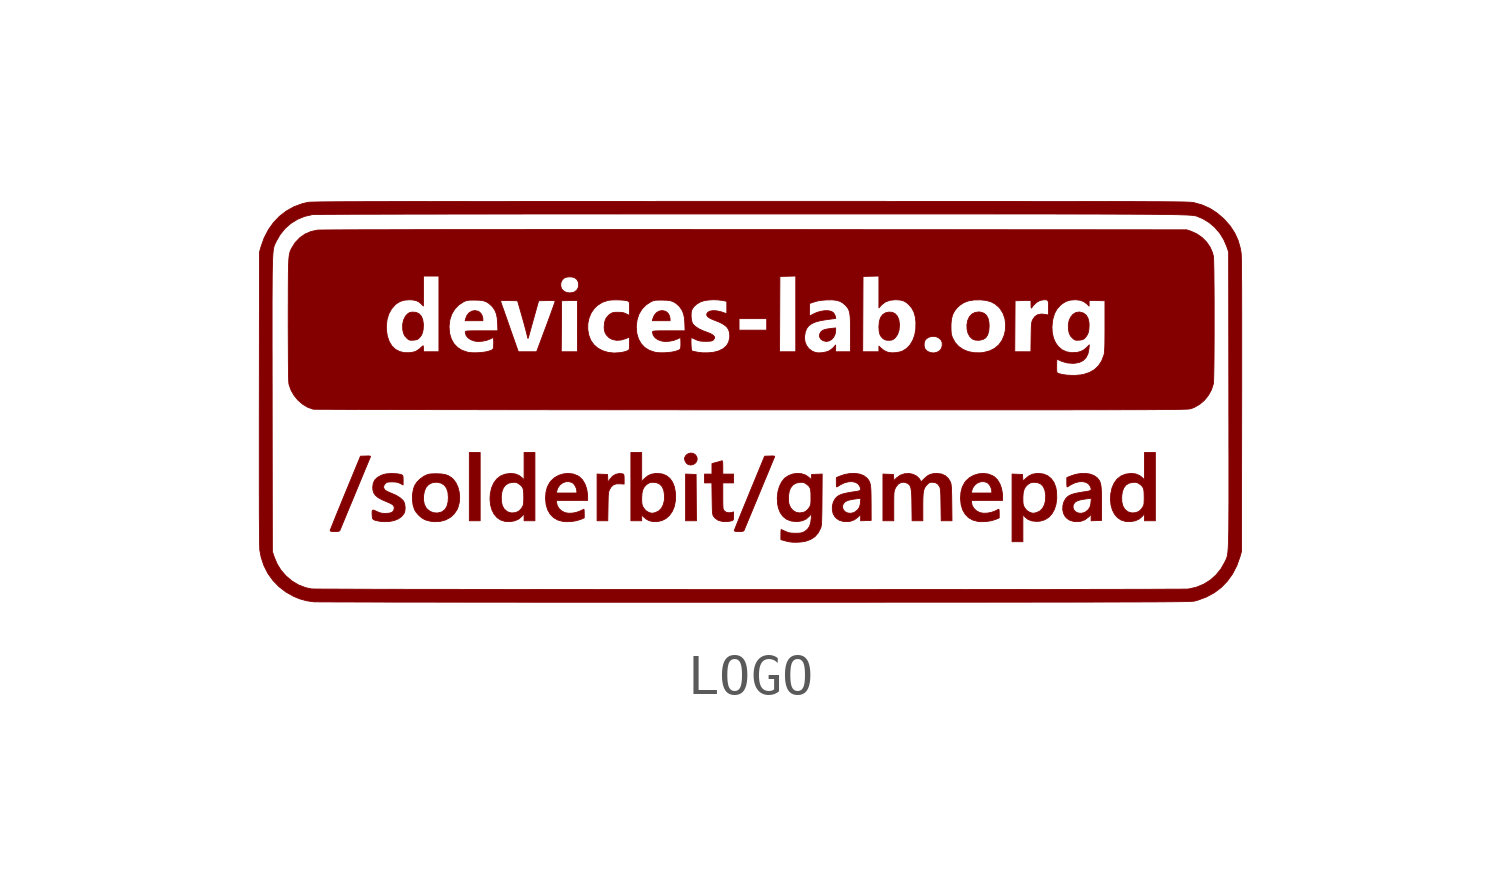
<source format=kicad_sym>
(kicad_symbol_lib
  (version 20220914)
  (generator "bitmap2component")
  (generator_version "8.0")
  (symbol "LOGO"
    (pin_names
      (offset 1.016))
    (property "Reference" "#G"
      (at 0 4.368 0)
      (effects (font (size 1.27 1.27)) hide))
    (symbol "LOGO_0_0"
      (polyline (pts (xy -1.096 -4.979) (xy -0.502 -4.979) (xy 0.101 -4.979) (xy 0.268 -4.979) (xy 0.984 -4.979) (xy 1.667 -4.979) (xy 2.318 -4.979) (xy 2.938 -4.979) (xy 3.528 -4.978) (xy 4.088 -4.978) (xy 4.62 -4.978) (xy 5.123 -4.978) (xy 5.6 -4.978) (xy 6.049 -4.977) (xy 6.473 -4.977) (xy 6.872 -4.977) (xy 7.247 -4.976) (xy 7.599 -4.976) (xy 7.928 -4.976) (xy 8.234 -4.975) (xy 8.52 -4.975) (xy 8.786 -4.974) (xy 9.031 -4.974) (xy 9.258 -4.973) (xy 9.467 -4.973) (xy 9.659 -4.972) (xy 9.834 -4.971) (xy 9.993 -4.971) (xy 10.138 -4.97) (xy 10.268 -4.969) (xy 10.385 -4.968) (xy 10.489 -4.967) (xy 10.581 -4.966) (xy 10.662 -4.965) (xy 10.733 -4.964) (xy 10.794 -4.963) (xy 10.846 -4.961) (xy 10.89 -4.96) (xy 10.927 -4.958) (xy 10.957 -4.957) (xy 10.982 -4.955) (xy 11.001 -4.954) (xy 11.016 -4.952) (xy 11.028 -4.95) (xy 11.037 -4.948) (xy 11.111 -4.928) (xy 11.326 -4.848) (xy 11.521 -4.742) (xy 11.695 -4.611) (xy 11.846 -4.454) (xy 11.975 -4.274) (xy 12.08 -4.071) (xy 12.16 -3.846) (xy 12.196 -3.719) (xy 12.201 -0.084) (xy 12.202 0.372) (xy 12.202 0.802) (xy 12.202 1.2) (xy 12.202 1.566) (xy 12.202 1.9) (xy 12.202 2.204) (xy 12.201 2.478) (xy 12.201 2.722) (xy 12.2 2.938) (xy 12.198 3.126) (xy 12.197 3.285) (xy 12.196 3.418) (xy 12.194 3.525) (xy 12.192 3.605) (xy 12.19 3.66) (xy 12.188 3.691) (xy 12.168 3.81) (xy 12.112 4.01) (xy 12.027 4.195) (xy 11.914 4.368) (xy 11.768 4.533) (xy 11.752 4.549) (xy 11.585 4.692) (xy 11.41 4.804) (xy 11.22 4.889) (xy 11.013 4.947) (xy 11.011 4.948) (xy 11 4.95) (xy 10.987 4.952) (xy 10.972 4.953) (xy 10.953 4.955) (xy 10.929 4.957) (xy 10.901 4.958) (xy 10.867 4.96) (xy 10.826 4.961) (xy 10.777 4.963) (xy 10.721 4.964) (xy 10.656 4.965) (xy 10.581 4.966) (xy 10.495 4.967) (xy 10.398 4.968) (xy 10.29 4.969) (xy 10.168 4.97) (xy 10.033 4.971) (xy 9.884 4.971) (xy 9.719 4.972) (xy 9.539 4.973) (xy 9.342 4.973) (xy 9.127 4.974) (xy 8.895 4.974) (xy 8.643 4.975) (xy 8.372 4.975) (xy 8.081 4.976) (xy 7.768 4.976) (xy 7.433 4.976) (xy 7.075 4.976) (xy 6.694 4.977) (xy 6.288 4.977) (xy 5.857 4.977) (xy 5.401 4.977) (xy 4.918 4.977) (xy 4.407 4.977) (xy 3.868 4.977) (xy 3.3 4.978) (xy 2.703 4.978) (xy 2.075 4.978) (xy 1.415 4.978) (xy 0.724 4.978) (xy 0 4.978) (xy -0.149 4.978) (xy -0.885 4.978) (xy -1.589 4.978) (xy -2.261 4.978) (xy -2.901 4.977) (xy -3.51 4.977) (xy -4.09 4.977) (xy -4.64 4.977) (xy -5.162 4.977) (xy -5.656 4.977) (xy -6.123 4.976) (xy -6.563 4.976) (xy -6.977 4.976) (xy -7.367 4.975) (xy -7.732 4.975) (xy -8.073 4.974) (xy -8.391 4.974) (xy -8.687 4.973) (xy -8.961 4.973) (xy -9.214 4.972) (xy -9.447 4.972) (xy -9.661 4.971) (xy -9.855 4.97) (xy -10.032 4.97) (xy -10.191 4.969) (xy -10.333 4.968) (xy -10.46 4.967) (xy -10.57 4.966) (xy -10.666 4.965) (xy -10.749 4.964) (xy -10.818 4.962) (xy -10.874 4.961) (xy -10.918 4.96) (xy -10.951 4.958) (xy -10.974 4.957) (xy -10.987 4.955) (xy -11.137 4.92) (xy -11.343 4.843) (xy -11.531 4.738) (xy -11.7 4.607) (xy -11.849 4.451) (xy -11.976 4.272) (xy -12.081 4.069) (xy -12.16 3.846) (xy -12.196 3.719) (xy -12.199 1.98) (xy -11.884 1.98) (xy -11.884 2.233) (xy -11.884 2.461) (xy -11.883 2.667) (xy -11.882 2.85) (xy -11.881 3.014) (xy -11.88 3.158) (xy -11.878 3.285) (xy -11.875 3.395) (xy -11.873 3.491) (xy -11.869 3.573) (xy -11.865 3.643) (xy -11.861 3.701) (xy -11.856 3.751) (xy -11.85 3.792) (xy -11.844 3.826) (xy -11.837 3.855) (xy -11.829 3.88) (xy -11.821 3.902) (xy -11.811 3.923) (xy -11.801 3.943) (xy -11.79 3.965) (xy -11.778 3.99) (xy -11.685 4.152) (xy -11.563 4.303) (xy -11.419 4.43) (xy -11.255 4.532) (xy -11.075 4.606) (xy -10.881 4.65) (xy -10.874 4.651) (xy -10.835 4.652) (xy -10.762 4.653) (xy -10.656 4.654) (xy -10.518 4.655) (xy -10.348 4.656) (xy -10.146 4.657) (xy -9.913 4.658) (xy -9.649 4.659) (xy -9.354 4.659) (xy -9.029 4.66) (xy -8.674 4.661) (xy -8.289 4.662) (xy -7.875 4.662) (xy -7.432 4.663) (xy -6.96 4.663) (xy -6.46 4.664) (xy -5.933 4.664) (xy -5.377 4.665) (xy -4.795 4.665) (xy -4.185 4.665) (xy -3.549 4.665) (xy -2.887 4.666) (xy -2.199 4.666) (xy -1.486 4.666) (xy -0.747 4.666) (xy 0.017 4.666) (xy 0.629 4.666) (xy 1.327 4.666) (xy 1.993 4.666) (xy 2.627 4.666) (xy 3.231 4.666) (xy 3.805 4.666) (xy 4.35 4.666) (xy 4.867 4.666) (xy 5.356 4.666) (xy 5.819 4.666) (xy 6.255 4.665) (xy 6.666 4.665) (xy 7.053 4.665) (xy 7.416 4.665) (xy 7.756 4.664) (xy 8.074 4.664) (xy 8.37 4.663) (xy 8.646 4.663) (xy 8.903 4.662) (xy 9.14 4.661) (xy 9.359 4.66) (xy 9.56 4.659) (xy 9.745 4.658) (xy 9.913 4.657) (xy 10.066 4.655) (xy 10.205 4.654) (xy 10.331 4.652) (xy 10.443 4.651) (xy 10.543 4.649) (xy 10.632 4.647) (xy 10.71 4.644) (xy 10.779 4.642) (xy 10.838 4.64) (xy 10.889 4.637) (xy 10.933 4.634) (xy 10.97 4.631) (xy 11.001 4.628) (xy 11.027 4.624) (xy 11.048 4.62) (xy 11.066 4.617) (xy 11.081 4.613) (xy 11.093 4.608) (xy 11.105 4.604) (xy 11.116 4.599) (xy 11.127 4.594) (xy 11.139 4.589) (xy 11.152 4.583) (xy 11.235 4.548) (xy 11.39 4.454) (xy 11.532 4.334) (xy 11.655 4.192) (xy 11.756 4.03) (xy 11.832 3.853) (xy 11.877 3.719) (xy 11.882 0.046) (xy 11.882 -0.304) (xy 11.883 -0.699) (xy 11.883 -1.063) (xy 11.884 -1.397) (xy 11.884 -1.702) (xy 11.884 -1.98) (xy 11.884 -2.233) (xy 11.884 -2.461) (xy 11.883 -2.667) (xy 11.882 -2.85) (xy 11.881 -3.014) (xy 11.88 -3.158) (xy 11.878 -3.285) (xy 11.875 -3.395) (xy 11.873 -3.491) (xy 11.869 -3.573) (xy 11.865 -3.643) (xy 11.861 -3.701) (xy 11.856 -3.751) (xy 11.85 -3.792) (xy 11.844 -3.826) (xy 11.837 -3.855) (xy 11.829 -3.88) (xy 11.821 -3.902) (xy 11.811 -3.923) (xy 11.801 -3.943) (xy 11.79 -3.965) (xy 11.778 -3.99) (xy 11.685 -4.152) (xy 11.563 -4.303) (xy 11.419 -4.43) (xy 11.255 -4.532) (xy 11.075 -4.606) (xy 10.881 -4.65) (xy 10.866 -4.651) (xy 10.817 -4.652) (xy 10.737 -4.653) (xy 10.626 -4.654) (xy 10.486 -4.655) (xy 10.317 -4.655) (xy 10.12 -4.656) (xy 9.898 -4.657) (xy 9.651 -4.658) (xy 9.379 -4.658) (xy 9.085 -4.659) (xy 8.768 -4.66) (xy 8.431 -4.66) (xy 8.074 -4.661) (xy 7.699 -4.661) (xy 7.306 -4.662) (xy 6.896 -4.662) (xy 6.472 -4.663) (xy 6.033 -4.663) (xy 5.58 -4.663) (xy 5.116 -4.664) (xy 4.641 -4.664) (xy 4.156 -4.664) (xy 3.662 -4.664) (xy 3.16 -4.665) (xy 2.651 -4.665) (xy 2.138 -4.665) (xy 1.619 -4.665) (xy 1.097 -4.665) (xy 0.573 -4.665) (xy 0.048 -4.665) (xy -0.478 -4.665) (xy -1.002 -4.665) (xy -1.524 -4.665) (xy -2.044 -4.664) (xy -2.559 -4.664) (xy -3.069 -4.664) (xy -3.572 -4.664) (xy -4.068 -4.663) (xy -4.555 -4.663) (xy -5.033 -4.663) (xy -5.5 -4.662) (xy -5.955 -4.662) (xy -6.397 -4.661) (xy -6.825 -4.661) (xy -7.239 -4.66) (xy -7.635 -4.66) (xy -8.015 -4.659) (xy -8.376 -4.659) (xy -8.718 -4.658) (xy -9.039 -4.657) (xy -9.339 -4.657) (xy -9.616 -4.656) (xy -9.869 -4.655) (xy -10.098 -4.654) (xy -10.3 -4.653) (xy -10.475 -4.653) (xy -10.623 -4.652) (xy -10.741 -4.651) (xy -10.828 -4.65) (xy -10.884 -4.649) (xy -10.908 -4.648) (xy -11.05 -4.617) (xy -11.226 -4.55) (xy -11.39 -4.452) (xy -11.541 -4.323) (xy -11.544 -4.319) (xy -11.665 -4.18) (xy -11.759 -4.027) (xy -11.832 -3.853) (xy -11.877 -3.719) (xy -11.882 -0.046) (xy -11.882 0.304) (xy -11.883 0.699) (xy -11.883 1.063) (xy -11.884 1.397) (xy -11.884 1.702) (xy -11.884 1.98) (xy -12.199 1.98) (xy -12.201 0.084) (xy -12.202 -0.372) (xy -12.202 -0.802) (xy -12.202 -1.2) (xy -12.202 -1.566) (xy -12.202 -1.9) (xy -12.202 -2.204) (xy -12.201 -2.478) (xy -12.201 -2.723) (xy -12.2 -2.938) (xy -12.198 -3.126) (xy -12.197 -3.285) (xy -12.196 -3.418) (xy -12.194 -3.525) (xy -12.192 -3.605) (xy -12.19 -3.66) (xy -12.188 -3.691) (xy -12.154 -3.866) (xy -12.085 -4.072) (xy -11.988 -4.263) (xy -11.863 -4.437) (xy -11.713 -4.592) (xy -11.54 -4.725) (xy -11.346 -4.834) (xy -11.198 -4.895) (xy -11.033 -4.941) (xy -10.854 -4.968) (xy -10.847 -4.969) (xy -10.808 -4.97) (xy -10.736 -4.97) (xy -10.633 -4.971) (xy -10.5 -4.971) (xy -10.337 -4.972) (xy -10.146 -4.973) (xy -9.927 -4.973) (xy -9.68 -4.974) (xy -9.408 -4.974) (xy -9.111 -4.975) (xy -8.79 -4.976) (xy -8.445 -4.976) (xy -8.078 -4.976) (xy -7.69 -4.977) (xy -7.281 -4.977) (xy -6.852 -4.978) (xy -6.404 -4.978) (xy -5.939 -4.978) (xy -5.457 -4.979) (xy -4.959 -4.979) (xy -4.445 -4.979) (xy -3.917 -4.979) (xy -3.376 -4.979) (xy -2.823 -4.979) (xy -2.257 -4.979) (xy -1.682 -4.979) (xy -1.096 -4.979)) (stroke (width 0.01) (type default)) (fill (type outline)))
      (polyline (pts (xy 1.265 -3.481) (xy 1.359 -3.466) (xy 1.368 -3.464) (xy 1.496 -3.418) (xy 1.6 -3.35) (xy 1.682 -3.256) (xy 1.743 -3.136) (xy 1.75 -3.117) (xy 1.756 -3.088) (xy 1.761 -3.05) (xy 1.765 -2.999) (xy 1.768 -2.932) (xy 1.771 -2.845) (xy 1.773 -2.734) (xy 1.775 -2.597) (xy 1.776 -2.429) (xy 1.781 -1.795) (xy 1.65 -1.8) (xy 1.519 -1.805) (xy 1.511 -1.869) (xy 1.502 -1.934) (xy 1.46 -1.888) (xy 1.444 -1.872) (xy 1.364 -1.818) (xy 1.267 -1.787) (xy 1.161 -1.779) (xy 1.053 -1.793) (xy 0.95 -1.831) (xy 0.859 -1.89) (xy 0.841 -1.907) (xy 0.77 -1.997) (xy 0.716 -2.111) (xy 0.68 -2.241) (xy 0.665 -2.383) (xy 0.667 -2.416) (xy 0.942 -2.416) (xy 0.946 -2.318) (xy 0.962 -2.227) (xy 0.987 -2.155) (xy 0.997 -2.138) (xy 1.054 -2.066) (xy 1.129 -2.021) (xy 1.224 -2.001) (xy 1.228 -2.001) (xy 1.289 -2) (xy 1.333 -2.01) (xy 1.375 -2.034) (xy 1.416 -2.064) (xy 1.455 -2.101) (xy 1.48 -2.142) (xy 1.494 -2.195) (xy 1.501 -2.267) (xy 1.502 -2.365) (xy 1.502 -2.417) (xy 1.501 -2.487) (xy 1.497 -2.536) (xy 1.489 -2.571) (xy 1.476 -2.6) (xy 1.456 -2.632) (xy 1.442 -2.653) (xy 1.401 -2.697) (xy 1.363 -2.726) (xy 1.313 -2.747) (xy 1.221 -2.761) (xy 1.135 -2.746) (xy 1.058 -2.702) (xy 0.997 -2.634) (xy 0.957 -2.542) (xy 0.949 -2.506) (xy 0.942 -2.416) (xy 0.667 -2.416) (xy 0.672 -2.531) (xy 0.693 -2.636) (xy 0.74 -2.755) (xy 0.809 -2.85) (xy 0.898 -2.919) (xy 1.007 -2.961) (xy 1.133 -2.975) (xy 1.179 -2.974) (xy 1.291 -2.954) (xy 1.383 -2.911) (xy 1.462 -2.841) (xy 1.516 -2.78) (xy 1.508 -2.907) (xy 1.496 -2.998) (xy 1.466 -3.094) (xy 1.415 -3.168) (xy 1.343 -3.223) (xy 1.333 -3.228) (xy 1.292 -3.247) (xy 1.249 -3.259) (xy 1.194 -3.264) (xy 1.116 -3.265) (xy 1.106 -3.265) (xy 1.029 -3.263) (xy 0.972 -3.256) (xy 0.922 -3.243) (xy 0.867 -3.219) (xy 0.818 -3.197) (xy 0.779 -3.179) (xy 0.762 -3.173) (xy 0.761 -3.173) (xy 0.758 -3.194) (xy 0.756 -3.238) (xy 0.755 -3.298) (xy 0.755 -3.424) (xy 0.844 -3.449) (xy 0.877 -3.458) (xy 0.933 -3.472) (xy 0.974 -3.48) (xy 1.052 -3.488) (xy 1.157 -3.489) (xy 1.265 -3.481)) (stroke (width 0.01) (type default)) (fill (type outline)))
      (polyline (pts (xy 6.766 -3.138) (xy 6.766 -2.801) (xy 6.808 -2.851) (xy 6.812 -2.856) (xy 6.89 -2.92) (xy 6.99 -2.959) (xy 7.111 -2.971) (xy 7.196 -2.964) (xy 7.311 -2.93) (xy 7.408 -2.869) (xy 7.488 -2.782) (xy 7.549 -2.673) (xy 7.589 -2.544) (xy 7.608 -2.395) (xy 7.602 -2.23) (xy 7.583 -2.122) (xy 7.538 -2.005) (xy 7.471 -1.91) (xy 7.385 -1.839) (xy 7.281 -1.795) (xy 7.162 -1.78) (xy 7.104 -1.782) (xy 7.006 -1.798) (xy 6.923 -1.836) (xy 6.846 -1.897) (xy 6.767 -1.973) (xy 6.762 -1.889) (xy 6.757 -1.805) (xy 6.627 -1.8) (xy 6.497 -1.795) (xy 6.497 -2.399) (xy 6.766 -2.399) (xy 6.766 -2.367) (xy 6.774 -2.261) (xy 6.795 -2.179) (xy 6.83 -2.114) (xy 6.882 -2.06) (xy 6.892 -2.052) (xy 6.951 -2.015) (xy 7.015 -2) (xy 7.096 -2.002) (xy 7.137 -2.01) (xy 7.215 -2.046) (xy 7.274 -2.108) (xy 7.313 -2.198) (xy 7.332 -2.315) (xy 7.333 -2.328) (xy 7.328 -2.451) (xy 7.302 -2.558) (xy 7.255 -2.647) (xy 7.19 -2.712) (xy 7.109 -2.751) (xy 7.066 -2.762) (xy 7.019 -2.768) (xy 6.977 -2.76) (xy 6.922 -2.738) (xy 6.864 -2.7) (xy 6.809 -2.632) (xy 6.797 -2.61) (xy 6.78 -2.573) (xy 6.771 -2.532) (xy 6.767 -2.477) (xy 6.766 -2.399) (xy 6.497 -2.399) (xy 6.497 -2.635) (xy 6.497 -3.475) (xy 6.631 -3.475) (xy 6.766 -3.475) (xy 6.766 -3.138)) (stroke (width 0.01) (type default)) (fill (type outline)))
      (polyline (pts (xy -10.263 -3.221) (xy -10.222 -3.214) (xy -10.202 -3.202) (xy -10.197 -3.189) (xy -10.179 -3.147) (xy -10.151 -3.078) (xy -10.113 -2.987) (xy -10.067 -2.876) (xy -10.014 -2.747) (xy -9.954 -2.603) (xy -9.889 -2.448) (xy -9.821 -2.283) (xy -9.765 -2.148) (xy -9.7 -1.99) (xy -9.639 -1.845) (xy -9.585 -1.713) (xy -9.537 -1.598) (xy -9.497 -1.502) (xy -9.467 -1.43) (xy -9.447 -1.382) (xy -9.44 -1.363) (xy -9.439 -1.356) (xy -9.454 -1.348) (xy -9.493 -1.345) (xy -9.559 -1.347) (xy -9.688 -1.351) (xy -10.065 -2.265) (xy -10.127 -2.415) (xy -10.191 -2.573) (xy -10.251 -2.719) (xy -10.305 -2.852) (xy -10.351 -2.967) (xy -10.389 -3.062) (xy -10.418 -3.135) (xy -10.436 -3.182) (xy -10.442 -3.201) (xy -10.439 -3.207) (xy -10.414 -3.217) (xy -10.369 -3.223) (xy -10.316 -3.224) (xy -10.263 -3.221)) (stroke (width 0.01) (type default)) (fill (type outline)))
      (polyline (pts (xy -0.224 -3.221) (xy -0.183 -3.214) (xy -0.163 -3.202) (xy -0.158 -3.189) (xy -0.14 -3.147) (xy -0.112 -3.078) (xy -0.074 -2.987) (xy -0.028 -2.876) (xy 0.026 -2.747) (xy 0.085 -2.603) (xy 0.15 -2.448) (xy 0.218 -2.283) (xy 0.274 -2.148) (xy 0.339 -1.99) (xy 0.4 -1.845) (xy 0.455 -1.713) (xy 0.502 -1.598) (xy 0.542 -1.502) (xy 0.572 -1.43) (xy 0.592 -1.382) (xy 0.6 -1.363) (xy 0.6 -1.356) (xy 0.585 -1.348) (xy 0.546 -1.345) (xy 0.48 -1.347) (xy 0.351 -1.351) (xy -0.026 -2.265) (xy -0.087 -2.415) (xy -0.152 -2.573) (xy -0.212 -2.719) (xy -0.266 -2.852) (xy -0.312 -2.967) (xy -0.35 -3.062) (xy -0.379 -3.135) (xy -0.397 -3.182) (xy -0.403 -3.201) (xy -0.4 -3.207) (xy -0.375 -3.217) (xy -0.33 -3.223) (xy -0.276 -3.224) (xy -0.224 -3.221)) (stroke (width 0.01) (type default)) (fill (type outline)))
      (polyline (pts (xy -8.976 -2.974) (xy -8.852 -2.95) (xy -8.745 -2.906) (xy -8.661 -2.845) (xy -8.603 -2.768) (xy -8.584 -2.707) (xy -8.579 -2.629) (xy -8.588 -2.55) (xy -8.609 -2.484) (xy -8.636 -2.445) (xy -8.704 -2.385) (xy -8.797 -2.327) (xy -8.913 -2.275) (xy -8.915 -2.275) (xy -8.979 -2.248) (xy -9.036 -2.22) (xy -9.073 -2.197) (xy -9.088 -2.183) (xy -9.114 -2.135) (xy -9.108 -2.081) (xy -9.072 -2.03) (xy -9.07 -2.028) (xy -9.044 -2.008) (xy -9.013 -1.996) (xy -8.969 -1.991) (xy -8.9 -1.99) (xy -8.885 -1.99) (xy -8.809 -1.994) (xy -8.752 -2.006) (xy -8.7 -2.028) (xy -8.629 -2.066) (xy -8.629 -1.947) (xy -8.629 -1.92) (xy -8.631 -1.868) (xy -8.637 -1.839) (xy -8.651 -1.822) (xy -8.675 -1.81) (xy -8.697 -1.803) (xy -8.767 -1.79) (xy -8.854 -1.784) (xy -8.946 -1.783) (xy -9.033 -1.789) (xy -9.102 -1.802) (xy -9.167 -1.825) (xy -9.264 -1.876) (xy -9.332 -1.942) (xy -9.371 -2.024) (xy -9.384 -2.124) (xy -9.379 -2.195) (xy -9.357 -2.265) (xy -9.315 -2.325) (xy -9.25 -2.379) (xy -9.159 -2.43) (xy -9.037 -2.483) (xy -8.965 -2.514) (xy -8.905 -2.546) (xy -8.868 -2.577) (xy -8.852 -2.612) (xy -8.85 -2.654) (xy -8.851 -2.658) (xy -8.868 -2.711) (xy -8.908 -2.747) (xy -8.972 -2.767) (xy -9.065 -2.773) (xy -9.097 -2.773) (xy -9.165 -2.767) (xy -9.222 -2.752) (xy -9.287 -2.723) (xy -9.29 -2.722) (xy -9.345 -2.696) (xy -9.379 -2.689) (xy -9.396 -2.703) (xy -9.4 -2.744) (xy -9.398 -2.814) (xy -9.395 -2.857) (xy -9.388 -2.896) (xy -9.373 -2.918) (xy -9.346 -2.935) (xy -9.317 -2.945) (xy -9.259 -2.959) (xy -9.195 -2.97) (xy -9.115 -2.977) (xy -8.976 -2.974)) (stroke (width 0.01) (type default)) (fill (type outline)))
      (polyline (pts (xy -7.7 -2.969) (xy -7.57 -2.933) (xy -7.456 -2.871) (xy -7.361 -2.784) (xy -7.288 -2.675) (xy -7.267 -2.626) (xy -7.234 -2.503) (xy -7.224 -2.373) (xy -7.236 -2.242) (xy -7.268 -2.118) (xy -7.319 -2.008) (xy -7.389 -1.919) (xy -7.428 -1.885) (xy -7.499 -1.839) (xy -7.579 -1.809) (xy -7.676 -1.793) (xy -7.798 -1.788) (xy -7.876 -1.789) (xy -7.94 -1.792) (xy -7.988 -1.799) (xy -8.031 -1.812) (xy -8.077 -1.832) (xy -8.124 -1.857) (xy -8.216 -1.925) (xy -8.293 -2.005) (xy -8.345 -2.089) (xy -8.372 -2.168) (xy -8.395 -2.296) (xy -8.396 -2.34) (xy -8.121 -2.34) (xy -8.121 -2.333) (xy -8.1 -2.218) (xy -8.058 -2.124) (xy -7.995 -2.055) (xy -7.914 -2.013) (xy -7.816 -1.998) (xy -7.778 -1.999) (xy -7.681 -2.022) (xy -7.605 -2.071) (xy -7.55 -2.145) (xy -7.516 -2.245) (xy -7.505 -2.369) (xy -7.512 -2.488) (xy -7.54 -2.595) (xy -7.588 -2.675) (xy -7.656 -2.729) (xy -7.681 -2.74) (xy -7.776 -2.763) (xy -7.873 -2.756) (xy -7.962 -2.721) (xy -8.037 -2.659) (xy -8.065 -2.623) (xy -8.103 -2.546) (xy -8.121 -2.454) (xy -8.121 -2.34) (xy -8.396 -2.34) (xy -8.398 -2.431) (xy -8.382 -2.562) (xy -8.345 -2.678) (xy -8.305 -2.744) (xy -8.242 -2.817) (xy -8.169 -2.881) (xy -8.097 -2.924) (xy -8.066 -2.936) (xy -7.998 -2.956) (xy -7.929 -2.97) (xy -7.843 -2.978) (xy -7.7 -2.969)) (stroke (width 0.01) (type default)) (fill (type outline)))
      (polyline (pts (xy -5.851 -2.955) (xy -5.752 -2.909) (xy -5.674 -2.84) (xy -5.624 -2.779) (xy -5.624 -2.867) (xy -5.624 -2.955) (xy -5.49 -2.955) (xy -5.355 -2.955) (xy -5.355 -2.107) (xy -5.355 -1.259) (xy -5.49 -1.259) (xy -5.624 -1.259) (xy -5.624 -1.598) (xy -5.624 -1.937) (xy -5.678 -1.884) (xy -5.747 -1.831) (xy -5.843 -1.792) (xy -5.956 -1.78) (xy -5.97 -1.78) (xy -6.097 -1.798) (xy -6.209 -1.844) (xy -6.303 -1.918) (xy -6.377 -2.017) (xy -6.431 -2.139) (xy -6.463 -2.284) (xy -6.467 -2.352) (xy -6.191 -2.352) (xy -6.175 -2.236) (xy -6.139 -2.138) (xy -6.083 -2.067) (xy -6.007 -2.021) (xy -5.91 -2.001) (xy -5.907 -2.001) (xy -5.846 -2) (xy -5.802 -2.01) (xy -5.76 -2.034) (xy -5.719 -2.064) (xy -5.68 -2.101) (xy -5.655 -2.142) (xy -5.641 -2.195) (xy -5.634 -2.267) (xy -5.632 -2.365) (xy -5.632 -2.417) (xy -5.634 -2.487) (xy -5.638 -2.536) (xy -5.646 -2.571) (xy -5.659 -2.6) (xy -5.678 -2.632) (xy -5.693 -2.653) (xy -5.734 -2.698) (xy -5.773 -2.727) (xy -5.84 -2.753) (xy -5.932 -2.762) (xy -6.02 -2.739) (xy -6.042 -2.728) (xy -6.114 -2.669) (xy -6.163 -2.587) (xy -6.188 -2.482) (xy -6.191 -2.352) (xy -6.467 -2.352) (xy -6.471 -2.418) (xy -6.458 -2.559) (xy -6.423 -2.684) (xy -6.369 -2.791) (xy -6.295 -2.877) (xy -6.205 -2.937) (xy -6.1 -2.97) (xy -6.089 -2.972) (xy -5.965 -2.977) (xy -5.851 -2.955)) (stroke (width 0.01) (type default)) (fill (type outline)))
      (polyline (pts (xy -4.455 -2.975) (xy -4.324 -2.954) (xy -4.21 -2.918) (xy -4.13 -2.883) (xy -4.13 -2.776) (xy -4.131 -2.725) (xy -4.134 -2.685) (xy -4.139 -2.669) (xy -4.151 -2.674) (xy -4.187 -2.69) (xy -4.235 -2.714) (xy -4.242 -2.717) (xy -4.329 -2.748) (xy -4.428 -2.766) (xy -4.525 -2.768) (xy -4.606 -2.754) (xy -4.61 -2.753) (xy -4.693 -2.71) (xy -4.759 -2.648) (xy -4.802 -2.574) (xy -4.818 -2.494) (xy -4.818 -2.451) (xy -4.432 -2.451) (xy -4.046 -2.451) (xy -4.046 -2.354) (xy -4.049 -2.287) (xy -4.071 -2.155) (xy -4.114 -2.037) (xy -4.173 -1.939) (xy -4.248 -1.865) (xy -4.295 -1.836) (xy -4.404 -1.794) (xy -4.522 -1.779) (xy -4.643 -1.79) (xy -4.76 -1.825) (xy -4.866 -1.884) (xy -4.955 -1.965) (xy -4.992 -2.014) (xy -5.048 -2.121) (xy -5.08 -2.246) (xy -5.082 -2.266) (xy -4.822 -2.266) (xy -4.811 -2.212) (xy -4.788 -2.143) (xy -4.739 -2.071) (xy -4.672 -2.018) (xy -4.594 -1.987) (xy -4.512 -1.982) (xy -4.431 -2.006) (xy -4.399 -2.03) (xy -4.357 -2.085) (xy -4.326 -2.151) (xy -4.314 -2.215) (xy -4.314 -2.266) (xy -4.568 -2.266) (xy -4.822 -2.266) (xy -5.082 -2.266) (xy -5.091 -2.392) (xy -5.091 -2.406) (xy -5.076 -2.556) (xy -5.037 -2.685) (xy -4.975 -2.793) (xy -4.89 -2.878) (xy -4.785 -2.938) (xy -4.661 -2.971) (xy -4.588 -2.978) (xy -4.455 -2.975)) (stroke (width 0.01) (type default)) (fill (type outline)))
      (polyline (pts (xy -2.205 -2.952) (xy -2.101 -2.9) (xy -2.013 -2.822) (xy -1.942 -2.721) (xy -1.892 -2.6) (xy -1.866 -2.462) (xy -1.862 -2.414) (xy -1.865 -2.256) (xy -1.889 -2.117) (xy -1.935 -2) (xy -2 -1.906) (xy -2.085 -1.837) (xy -2.187 -1.794) (xy -2.306 -1.78) (xy -2.366 -1.782) (xy -2.464 -1.799) (xy -2.546 -1.836) (xy -2.623 -1.898) (xy -2.703 -1.975) (xy -2.703 -1.617) (xy -2.703 -1.259) (xy -2.837 -1.259) (xy -2.971 -1.259) (xy -2.971 -2.107) (xy -2.971 -2.399) (xy -2.703 -2.399) (xy -2.702 -2.367) (xy -2.694 -2.261) (xy -2.673 -2.179) (xy -2.638 -2.114) (xy -2.586 -2.06) (xy -2.576 -2.052) (xy -2.517 -2.015) (xy -2.453 -2) (xy -2.373 -2.002) (xy -2.332 -2.01) (xy -2.253 -2.046) (xy -2.194 -2.108) (xy -2.155 -2.198) (xy -2.136 -2.315) (xy -2.135 -2.328) (xy -2.14 -2.451) (xy -2.167 -2.558) (xy -2.214 -2.647) (xy -2.279 -2.712) (xy -2.36 -2.751) (xy -2.402 -2.762) (xy -2.449 -2.768) (xy -2.491 -2.76) (xy -2.546 -2.738) (xy -2.604 -2.7) (xy -2.659 -2.632) (xy -2.671 -2.61) (xy -2.688 -2.573) (xy -2.697 -2.532) (xy -2.702 -2.477) (xy -2.703 -2.399) (xy -2.971 -2.399) (xy -2.971 -2.955) (xy -2.837 -2.955) (xy -2.703 -2.955) (xy -2.703 -2.884) (xy -2.703 -2.814) (xy -2.648 -2.865) (xy -2.593 -2.912) (xy -2.523 -2.951) (xy -2.443 -2.972) (xy -2.322 -2.977) (xy -2.205 -2.952)) (stroke (width 0.01) (type default)) (fill (type outline)))
      (polyline (pts (xy -0.537 -2.971) (xy -0.458 -2.953) (xy -0.441 -2.945) (xy -0.427 -2.928) (xy -0.421 -2.895) (xy -0.42 -2.837) (xy -0.42 -2.736) (xy -0.466 -2.748) (xy -0.525 -2.758) (xy -0.597 -2.748) (xy -0.65 -2.711) (xy -0.655 -2.705) (xy -0.667 -2.689) (xy -0.676 -2.669) (xy -0.682 -2.64) (xy -0.685 -2.598) (xy -0.687 -2.538) (xy -0.688 -2.454) (xy -0.688 -2.341) (xy -0.688 -2.015) (xy -0.554 -2.015) (xy -0.42 -2.015) (xy -0.42 -1.905) (xy -0.42 -1.796) (xy -0.554 -1.796) (xy -0.688 -1.796) (xy -0.688 -1.627) (xy -0.689 -1.566) (xy -0.691 -1.51) (xy -0.695 -1.479) (xy -0.703 -1.466) (xy -0.715 -1.467) (xy -0.74 -1.475) (xy -0.789 -1.49) (xy -0.849 -1.506) (xy -0.957 -1.535) (xy -0.957 -1.665) (xy -0.957 -1.796) (xy -1.049 -1.796) (xy -1.142 -1.796) (xy -1.142 -1.905) (xy -1.142 -2.015) (xy -1.05 -2.015) (xy -0.959 -2.015) (xy -0.954 -2.408) (xy -0.952 -2.506) (xy -0.95 -2.609) (xy -0.948 -2.687) (xy -0.945 -2.743) (xy -0.94 -2.783) (xy -0.933 -2.811) (xy -0.925 -2.831) (xy -0.914 -2.848) (xy -0.874 -2.894) (xy -0.802 -2.944) (xy -0.712 -2.969) (xy -0.633 -2.976) (xy -0.537 -2.971)) (stroke (width 0.01) (type default)) (fill (type outline)))
      (polyline (pts (xy 2.479 -2.969) (xy 2.583 -2.93) (xy 2.674 -2.861) (xy 2.736 -2.798) (xy 2.736 -2.877) (xy 2.736 -2.956) (xy 2.866 -2.951) (xy 2.997 -2.946) (xy 2.996 -2.527) (xy 2.995 -2.433) (xy 2.994 -2.303) (xy 2.991 -2.2) (xy 2.985 -2.119) (xy 2.976 -2.055) (xy 2.963 -2.006) (xy 2.945 -1.966) (xy 2.922 -1.931) (xy 2.893 -1.896) (xy 2.886 -1.889) (xy 2.81 -1.833) (xy 2.712 -1.796) (xy 2.597 -1.779) (xy 2.472 -1.782) (xy 2.342 -1.805) (xy 2.213 -1.849) (xy 2.132 -1.884) (xy 2.132 -2) (xy 2.132 -2.003) (xy 2.133 -2.06) (xy 2.136 -2.1) (xy 2.141 -2.115) (xy 2.146 -2.114) (xy 2.173 -2.099) (xy 2.212 -2.074) (xy 2.231 -2.062) (xy 2.329 -2.014) (xy 2.427 -1.988) (xy 2.519 -1.982) (xy 2.6 -1.998) (xy 2.666 -2.033) (xy 2.71 -2.09) (xy 2.713 -2.096) (xy 2.734 -2.148) (xy 2.737 -2.182) (xy 2.718 -2.204) (xy 2.673 -2.219) (xy 2.598 -2.232) (xy 2.549 -2.238) (xy 2.425 -2.259) (xy 2.328 -2.279) (xy 2.253 -2.302) (xy 2.195 -2.328) (xy 2.149 -2.36) (xy 2.11 -2.4) (xy 2.104 -2.408) (xy 2.059 -2.489) (xy 2.034 -2.583) (xy 2.033 -2.626) (xy 2.286 -2.626) (xy 2.292 -2.561) (xy 2.33 -2.502) (xy 2.347 -2.487) (xy 2.391 -2.462) (xy 2.45 -2.441) (xy 2.533 -2.424) (xy 2.642 -2.408) (xy 2.741 -2.396) (xy 2.732 -2.502) (xy 2.727 -2.541) (xy 2.706 -2.619) (xy 2.666 -2.679) (xy 2.602 -2.732) (xy 2.562 -2.754) (xy 2.489 -2.77) (xy 2.415 -2.763) (xy 2.352 -2.733) (xy 2.307 -2.684) (xy 2.286 -2.626) (xy 2.033 -2.626) (xy 2.032 -2.681) (xy 2.051 -2.773) (xy 2.092 -2.849) (xy 2.137 -2.897) (xy 2.213 -2.946) (xy 2.308 -2.972) (xy 2.362 -2.977) (xy 2.479 -2.969)) (stroke (width 0.01) (type default)) (fill (type outline)))
      (polyline (pts (xy 5.852 -2.975) (xy 5.983 -2.954) (xy 6.098 -2.918) (xy 6.178 -2.883) (xy 6.178 -2.776) (xy 6.177 -2.725) (xy 6.174 -2.685) (xy 6.169 -2.669) (xy 6.156 -2.674) (xy 6.121 -2.69) (xy 6.072 -2.714) (xy 6.066 -2.717) (xy 5.978 -2.748) (xy 5.88 -2.766) (xy 5.783 -2.768) (xy 5.701 -2.754) (xy 5.698 -2.753) (xy 5.615 -2.71) (xy 5.549 -2.648) (xy 5.505 -2.574) (xy 5.49 -2.494) (xy 5.49 -2.451) (xy 5.876 -2.451) (xy 6.262 -2.451) (xy 6.262 -2.354) (xy 6.259 -2.287) (xy 6.236 -2.155) (xy 6.194 -2.037) (xy 6.135 -1.939) (xy 6.06 -1.865) (xy 6.013 -1.836) (xy 5.904 -1.794) (xy 5.786 -1.779) (xy 5.665 -1.79) (xy 5.548 -1.825) (xy 5.442 -1.884) (xy 5.353 -1.965) (xy 5.316 -2.014) (xy 5.26 -2.121) (xy 5.228 -2.246) (xy 5.226 -2.266) (xy 5.485 -2.266) (xy 5.496 -2.212) (xy 5.519 -2.143) (xy 5.569 -2.071) (xy 5.636 -2.018) (xy 5.714 -1.987) (xy 5.796 -1.982) (xy 5.876 -2.006) (xy 5.908 -2.03) (xy 5.951 -2.085) (xy 5.981 -2.151) (xy 5.993 -2.215) (xy 5.993 -2.266) (xy 5.739 -2.266) (xy 5.485 -2.266) (xy 5.226 -2.266) (xy 5.217 -2.392) (xy 5.217 -2.406) (xy 5.232 -2.556) (xy 5.271 -2.685) (xy 5.333 -2.793) (xy 5.417 -2.878) (xy 5.522 -2.938) (xy 5.647 -2.971) (xy 5.72 -2.978) (xy 5.852 -2.975)) (stroke (width 0.01) (type default)) (fill (type outline)))
      (polyline (pts (xy 8.203 -2.969) (xy 8.307 -2.93) (xy 8.398 -2.861) (xy 8.461 -2.798) (xy 8.461 -2.877) (xy 8.461 -2.956) (xy 8.591 -2.951) (xy 8.721 -2.946) (xy 8.72 -2.527) (xy 8.72 -2.433) (xy 8.719 -2.303) (xy 8.715 -2.2) (xy 8.709 -2.119) (xy 8.7 -2.055) (xy 8.687 -2.006) (xy 8.67 -1.966) (xy 8.647 -1.931) (xy 8.618 -1.896) (xy 8.611 -1.889) (xy 8.534 -1.833) (xy 8.436 -1.796) (xy 8.322 -1.779) (xy 8.197 -1.782) (xy 8.067 -1.805) (xy 7.938 -1.849) (xy 7.857 -1.884) (xy 7.857 -2) (xy 7.857 -2.003) (xy 7.858 -2.06) (xy 7.861 -2.1) (xy 7.865 -2.115) (xy 7.87 -2.114) (xy 7.897 -2.099) (xy 7.937 -2.074) (xy 7.956 -2.062) (xy 8.054 -2.014) (xy 8.151 -1.988) (xy 8.243 -1.982) (xy 8.325 -1.998) (xy 8.39 -2.033) (xy 8.435 -2.09) (xy 8.438 -2.096) (xy 8.459 -2.148) (xy 8.461 -2.182) (xy 8.442 -2.204) (xy 8.397 -2.219) (xy 8.323 -2.232) (xy 8.274 -2.238) (xy 8.15 -2.259) (xy 8.053 -2.279) (xy 7.978 -2.302) (xy 7.919 -2.328) (xy 7.874 -2.36) (xy 7.835 -2.4) (xy 7.829 -2.408) (xy 7.783 -2.489) (xy 7.759 -2.583) (xy 7.758 -2.626) (xy 8.011 -2.626) (xy 8.016 -2.561) (xy 8.055 -2.502) (xy 8.072 -2.487) (xy 8.115 -2.462) (xy 8.175 -2.441) (xy 8.257 -2.424) (xy 8.367 -2.408) (xy 8.466 -2.396) (xy 8.457 -2.502) (xy 8.452 -2.541) (xy 8.431 -2.619) (xy 8.391 -2.679) (xy 8.327 -2.732) (xy 8.287 -2.754) (xy 8.213 -2.77) (xy 8.14 -2.763) (xy 8.076 -2.733) (xy 8.031 -2.684) (xy 8.011 -2.626) (xy 7.758 -2.626) (xy 7.756 -2.681) (xy 7.776 -2.773) (xy 7.817 -2.849) (xy 7.862 -2.897) (xy 7.938 -2.946) (xy 8.033 -2.972) (xy 8.086 -2.977) (xy 8.203 -2.969)) (stroke (width 0.01) (type default)) (fill (type outline)))
      (polyline (pts (xy 9.56 -2.955) (xy 9.659 -2.909) (xy 9.737 -2.84) (xy 9.787 -2.779) (xy 9.787 -2.867) (xy 9.787 -2.955) (xy 9.922 -2.955) (xy 10.056 -2.955) (xy 10.056 -2.107) (xy 10.056 -1.259) (xy 9.922 -1.259) (xy 9.787 -1.259) (xy 9.787 -1.598) (xy 9.787 -1.937) (xy 9.733 -1.884) (xy 9.664 -1.831) (xy 9.569 -1.792) (xy 9.455 -1.78) (xy 9.441 -1.78) (xy 9.314 -1.798) (xy 9.203 -1.844) (xy 9.108 -1.918) (xy 9.034 -2.017) (xy 8.98 -2.139) (xy 8.949 -2.284) (xy 8.945 -2.352) (xy 9.22 -2.352) (xy 9.236 -2.236) (xy 9.272 -2.138) (xy 9.328 -2.067) (xy 9.404 -2.021) (xy 9.501 -2.001) (xy 9.505 -2.001) (xy 9.565 -2) (xy 9.609 -2.01) (xy 9.652 -2.034) (xy 9.693 -2.064) (xy 9.731 -2.101) (xy 9.756 -2.142) (xy 9.771 -2.195) (xy 9.777 -2.267) (xy 9.779 -2.365) (xy 9.779 -2.417) (xy 9.777 -2.487) (xy 9.774 -2.536) (xy 9.766 -2.571) (xy 9.753 -2.6) (xy 9.733 -2.632) (xy 9.718 -2.653) (xy 9.677 -2.698) (xy 9.638 -2.727) (xy 9.572 -2.753) (xy 9.479 -2.762) (xy 9.391 -2.739) (xy 9.37 -2.728) (xy 9.297 -2.669) (xy 9.249 -2.587) (xy 9.223 -2.482) (xy 9.22 -2.352) (xy 8.945 -2.352) (xy 8.941 -2.418) (xy 8.954 -2.559) (xy 8.988 -2.684) (xy 9.043 -2.791) (xy 9.116 -2.877) (xy 9.206 -2.937) (xy 9.311 -2.97) (xy 9.322 -2.972) (xy 9.446 -2.977) (xy 9.56 -2.955)) (stroke (width 0.01) (type default)) (fill (type outline)))
      (polyline (pts (xy -6.715 -2.107) (xy -6.715 -1.259) (xy -6.849 -1.259) (xy -6.984 -1.259) (xy -6.984 -2.107) (xy -6.984 -2.955) (xy -6.849 -2.955) (xy -6.715 -2.955) (xy -6.715 -2.107)) (stroke (width 0.01) (type default)) (fill (type outline)))
      (polyline (pts (xy -3.539 -2.598) (xy -3.538 -2.546) (xy -3.536 -2.438) (xy -3.534 -2.358) (xy -3.53 -2.298) (xy -3.525 -2.254) (xy -3.518 -2.222) (xy -3.508 -2.195) (xy -3.495 -2.169) (xy -3.461 -2.115) (xy -3.406 -2.064) (xy -3.336 -2.039) (xy -3.244 -2.037) (xy -3.139 -2.044) (xy -3.139 -1.922) (xy -3.139 -1.902) (xy -3.141 -1.847) (xy -3.146 -1.814) (xy -3.158 -1.798) (xy -3.177 -1.79) (xy -3.259 -1.782) (xy -3.347 -1.801) (xy -3.427 -1.849) (xy -3.491 -1.923) (xy -3.54 -2.002) (xy -3.546 -1.903) (xy -3.551 -1.805) (xy -3.681 -1.8) (xy -3.811 -1.795) (xy -3.811 -2.375) (xy -3.811 -2.955) (xy -3.678 -2.955) (xy -3.545 -2.955) (xy -3.539 -2.598)) (stroke (width 0.01) (type default)) (fill (type outline)))
      (polyline (pts (xy -1.347 -2.38) (xy -1.351 -1.805) (xy -1.482 -1.8) (xy -1.612 -1.795) (xy -1.612 -2.375) (xy -1.612 -2.955) (xy -1.477 -2.955) (xy -1.343 -2.955) (xy -1.347 -2.38)) (stroke (width 0.01) (type default)) (fill (type outline)))
      (polyline (pts (xy 3.559 -2.589) (xy 3.559 -2.473) (xy 3.56 -2.381) (xy 3.561 -2.311) (xy 3.565 -2.26) (xy 3.57 -2.222) (xy 3.578 -2.192) (xy 3.588 -2.165) (xy 3.603 -2.135) (xy 3.616 -2.111) (xy 3.672 -2.043) (xy 3.739 -2.005) (xy 3.814 -1.997) (xy 3.893 -2.022) (xy 3.898 -2.025) (xy 3.929 -2.045) (xy 3.954 -2.071) (xy 3.973 -2.106) (xy 3.986 -2.154) (xy 3.996 -2.22) (xy 4.003 -2.308) (xy 4.007 -2.421) (xy 4.009 -2.564) (xy 4.014 -2.955) (xy 4.148 -2.955) (xy 4.281 -2.955) (xy 4.281 -2.608) (xy 4.281 -2.506) (xy 4.283 -2.391) (xy 4.288 -2.301) (xy 4.296 -2.232) (xy 4.309 -2.178) (xy 4.327 -2.135) (xy 4.351 -2.098) (xy 4.383 -2.062) (xy 4.393 -2.051) (xy 4.432 -2.017) (xy 4.469 -2.001) (xy 4.518 -1.998) (xy 4.588 -2.007) (xy 4.649 -2.041) (xy 4.697 -2.104) (xy 4.697 -2.104) (xy 4.706 -2.125) (xy 4.713 -2.154) (xy 4.719 -2.194) (xy 4.723 -2.25) (xy 4.727 -2.325) (xy 4.729 -2.426) (xy 4.731 -2.556) (xy 4.737 -2.955) (xy 4.871 -2.955) (xy 5.005 -2.955) (xy 5 -2.506) (xy 4.999 -2.43) (xy 4.997 -2.307) (xy 4.994 -2.212) (xy 4.991 -2.139) (xy 4.986 -2.084) (xy 4.981 -2.044) (xy 4.973 -2.014) (xy 4.964 -1.99) (xy 4.915 -1.907) (xy 4.84 -1.837) (xy 4.746 -1.794) (xy 4.633 -1.78) (xy 4.548 -1.784) (xy 4.466 -1.803) (xy 4.395 -1.841) (xy 4.323 -1.903) (xy 4.237 -1.989) (xy 4.211 -1.939) (xy 4.189 -1.905) (xy 4.126 -1.846) (xy 4.045 -1.804) (xy 3.954 -1.783) (xy 3.942 -1.782) (xy 3.824 -1.788) (xy 3.722 -1.823) (xy 3.632 -1.888) (xy 3.561 -1.957) (xy 3.556 -1.881) (xy 3.551 -1.805) (xy 3.421 -1.8) (xy 3.29 -1.795) (xy 3.29 -2.375) (xy 3.29 -2.955) (xy 3.425 -2.955) (xy 3.559 -2.955) (xy 3.559 -2.589)) (stroke (width 0.01) (type default)) (fill (type outline)))
      (polyline (pts (xy -1.427 -1.56) (xy -1.376 -1.529) (xy -1.34 -1.484) (xy -1.324 -1.429) (xy -1.332 -1.372) (xy -1.367 -1.317) (xy -1.368 -1.317) (xy -1.424 -1.281) (xy -1.488 -1.273) (xy -1.55 -1.29) (xy -1.603 -1.329) (xy -1.636 -1.389) (xy -1.638 -1.426) (xy -1.621 -1.481) (xy -1.588 -1.529) (xy -1.547 -1.559) (xy -1.489 -1.571) (xy -1.427 -1.56)) (stroke (width 0.01) (type default)) (fill (type outline)))
      (polyline (pts (xy 5.839 -0.2) (xy 6.268 -0.2) (xy 6.672 -0.2) (xy 7.052 -0.2) (xy 7.409 -0.2) (xy 7.742 -0.2) (xy 8.054 -0.199) (xy 8.344 -0.199) (xy 8.614 -0.199) (xy 8.864 -0.198) (xy 9.095 -0.198) (xy 9.307 -0.197) (xy 9.503 -0.197) (xy 9.681 -0.196) (xy 9.844 -0.196) (xy 9.992 -0.195) (xy 10.125 -0.194) (xy 10.245 -0.193) (xy 10.352 -0.192) (xy 10.447 -0.191) (xy 10.531 -0.19) (xy 10.604 -0.189) (xy 10.668 -0.188) (xy 10.722 -0.187) (xy 10.768 -0.185) (xy 10.807 -0.184) (xy 10.839 -0.183) (xy 10.866 -0.181) (xy 10.887 -0.179) (xy 10.904 -0.178) (xy 10.918 -0.176) (xy 10.928 -0.174) (xy 10.937 -0.172) (xy 10.944 -0.17) (xy 11.024 -0.139) (xy 11.158 -0.062) (xy 11.277 0.04) (xy 11.375 0.162) (xy 11.451 0.3) (xy 11.498 0.45) (xy 11.499 0.457) (xy 11.502 0.499) (xy 11.505 0.571) (xy 11.508 0.67) (xy 11.51 0.792) (xy 11.512 0.935) (xy 11.514 1.096) (xy 11.515 1.272) (xy 11.516 1.459) (xy 11.517 1.654) (xy 11.517 1.855) (xy 11.517 2.059) (xy 11.517 2.263) (xy 11.517 2.463) (xy 11.516 2.657) (xy 11.515 2.841) (xy 11.513 3.013) (xy 11.512 3.17) (xy 11.51 3.308) (xy 11.507 3.425) (xy 11.505 3.517) (xy 11.502 3.582) (xy 11.498 3.617) (xy 11.477 3.7) (xy 11.417 3.84) (xy 11.329 3.968) (xy 11.218 4.079) (xy 11.088 4.17) (xy 10.941 4.237) (xy 10.836 4.272) (xy 0.117 4.277) (xy -0.362 4.277) (xy -1.151 4.277) (xy -1.91 4.278) (xy -2.639 4.278) (xy -3.338 4.278) (xy -4.006 4.278) (xy -4.644 4.278) (xy -5.251 4.278) (xy -5.827 4.277) (xy -6.372 4.277) (xy -6.886 4.277) (xy -7.369 4.277) (xy -7.82 4.276) (xy -8.239 4.276) (xy -8.627 4.275) (xy -8.983 4.274) (xy -9.307 4.274) (xy -9.598 4.273) (xy -9.857 4.272) (xy -10.084 4.271) (xy -10.278 4.27) (xy -10.439 4.269) (xy -10.568 4.268) (xy -10.662 4.267) (xy -10.724 4.266) (xy -10.753 4.265) (xy -10.755 4.265) (xy -10.917 4.23) (xy -11.065 4.166) (xy -11.196 4.074) (xy -11.308 3.957) (xy -11.397 3.816) (xy -11.41 3.789) (xy -11.423 3.762) (xy -11.434 3.734) (xy -11.444 3.703) (xy -11.452 3.667) (xy -11.459 3.623) (xy -11.465 3.57) (xy -11.47 3.506) (xy -11.473 3.427) (xy -11.476 3.333) (xy -11.479 3.22) (xy -11.48 3.087) (xy -11.481 2.931) (xy -11.482 2.751) (xy -11.482 2.543) (xy -11.483 2.306) (xy -11.483 2.038) (xy -11.483 1.88) (xy -9.046 1.88) (xy -9.029 2.037) (xy -8.986 2.18) (xy -8.918 2.305) (xy -8.827 2.409) (xy -8.793 2.438) (xy -8.699 2.494) (xy -8.595 2.525) (xy -8.471 2.534) (xy -8.388 2.53) (xy -8.308 2.514) (xy -8.242 2.484) (xy -8.183 2.436) (xy -8.125 2.379) (xy -8.125 2.751) (xy -8.125 3.123) (xy -7.932 3.123) (xy -7.739 3.123) (xy -7.739 2.897) (xy -4.716 2.897) (xy -4.706 2.97) (xy -4.672 3.034) (xy -4.617 3.08) (xy -4.583 3.093) (xy -4.508 3.104) (xy -4.43 3.1) (xy -4.364 3.08) (xy -4.363 3.079) (xy -4.308 3.034) (xy -4.277 2.972) (xy -4.267 2.902) (xy -4.28 2.833) (xy -4.316 2.773) (xy -4.373 2.729) (xy -4.406 2.716) (xy -4.489 2.704) (xy -4.569 2.715) (xy -4.639 2.749) (xy -4.689 2.802) (xy -4.7 2.824) (xy -4.716 2.897) (xy -7.739 2.897) (xy -7.739 2.182) (xy -7.739 1.85) (xy -7.487 1.85) (xy -7.487 1.879) (xy -7.468 2.036) (xy -7.421 2.177) (xy -7.347 2.301) (xy -7.248 2.404) (xy -7.125 2.485) (xy -7.122 2.486) (xy -7.082 2.504) (xy -7.044 2.516) (xy -6.998 2.523) (xy -6.936 2.526) (xy -6.849 2.526) (xy -6.83 2.526) (xy -6.72 2.522) (xy -6.635 2.509) (xy -6.602 2.498) (xy -6.208 2.498) (xy -6.207 2.505) (xy -6.191 2.511) (xy -6.154 2.515) (xy -6.092 2.516) (xy -6.001 2.514) (xy -5.786 2.51) (xy -5.68 2.14) (xy -5.668 2.098) (xy -5.636 1.985) (xy -5.607 1.878) (xy -5.582 1.785) (xy -5.563 1.71) (xy -5.551 1.662) (xy -5.548 1.65) (xy -5.537 1.599) (xy -5.529 1.577) (xy -5.522 1.579) (xy -5.515 1.603) (xy -5.508 1.628) (xy -5.493 1.683) (xy -5.472 1.76) (xy -5.445 1.856) (xy -5.415 1.964) (xy -5.382 2.082) (xy -5.262 2.51) (xy -5.057 2.514) (xy -4.966 2.516) (xy -4.901 2.514) (xy -4.864 2.509) (xy -4.852 2.5) (xy -4.852 2.498) (xy -4.861 2.47) (xy -4.88 2.416) (xy -4.907 2.338) (xy -4.943 2.24) (xy -4.984 2.126) (xy -5.031 1.998) (xy -5.082 1.861) (xy -5.313 1.242) (xy -4.701 1.242) (xy -4.697 1.876) (xy -4.692 2.51) (xy -4.495 2.514) (xy -4.298 2.519) (xy -4.298 1.881) (xy -4.298 1.805) (xy -4.043 1.805) (xy -4.04 1.948) (xy -4.01 2.085) (xy -3.956 2.212) (xy -3.878 2.321) (xy -3.8 2.396) (xy -3.679 2.472) (xy -3.542 2.518) (xy -3.504 2.524) (xy -3.429 2.53) (xy -3.342 2.532) (xy -3.251 2.53) (xy -3.167 2.525) (xy -3.097 2.517) (xy -3.051 2.505) (xy -3.041 2.5) (xy -3.023 2.49) (xy -3.013 2.473) (xy -3.007 2.443) (xy -3.005 2.393) (xy -3.005 2.317) (xy -3.005 2.268) (xy -3.007 2.207) (xy -3.01 2.164) (xy -3.013 2.149) (xy -3.019 2.151) (xy -3.049 2.164) (xy -3.093 2.187) (xy -3.102 2.191) (xy -3.153 2.211) (xy -3.212 2.221) (xy -3.292 2.224) (xy -3.356 2.223) (xy -3.407 2.217) (xy -3.447 2.203) (xy -3.489 2.178) (xy -3.527 2.149) (xy -3.587 2.076) (xy -3.622 1.985) (xy -3.634 1.872) (xy -3.634 1.85) (xy -2.837 1.85) (xy -2.837 1.879) (xy -2.817 2.036) (xy -2.771 2.177) (xy -2.697 2.301) (xy -2.598 2.404) (xy -2.474 2.485) (xy -2.471 2.486) (xy -2.432 2.504) (xy -2.394 2.516) (xy -2.348 2.523) (xy -2.286 2.526) (xy -2.199 2.526) (xy -2.179 2.526) (xy -2.07 2.522) (xy -1.984 2.509) (xy -1.914 2.485) (xy -1.852 2.446) (xy -1.79 2.392) (xy -1.755 2.355) (xy -1.701 2.277) (xy -1.664 2.189) (xy -1.641 2.083) (xy -1.631 1.952) (xy -1.625 1.763) (xy -2.03 1.763) (xy -2.076 1.763) (xy -2.192 1.762) (xy -2.28 1.762) (xy -2.344 1.76) (xy -2.387 1.758) (xy -2.413 1.753) (xy -2.428 1.747) (xy -2.433 1.739) (xy -2.434 1.728) (xy -2.434 1.721) (xy -2.415 1.651) (xy -2.368 1.59) (xy -2.296 1.541) (xy -2.205 1.509) (xy -2.128 1.499) (xy -2.018 1.504) (xy -1.909 1.525) (xy -1.813 1.561) (xy -1.795 1.57) (xy -1.757 1.588) (xy -1.738 1.595) (xy -1.737 1.593) (xy -1.733 1.566) (xy -1.73 1.517) (xy -1.73 1.484) (xy -1.478 1.484) (xy -1.478 1.54) (xy -1.476 1.579) (xy -1.471 1.595) (xy -1.455 1.589) (xy -1.417 1.572) (xy -1.366 1.549) (xy -1.355 1.544) (xy -1.303 1.522) (xy -1.253 1.51) (xy -1.194 1.504) (xy -1.114 1.502) (xy -1.102 1.502) (xy -1.029 1.504) (xy -0.98 1.509) (xy -0.948 1.519) (xy -0.925 1.534) (xy -0.917 1.542) (xy -0.892 1.583) (xy -0.898 1.622) (xy -0.936 1.66) (xy -1.006 1.699) (xy -1.109 1.738) (xy -1.178 1.763) (xy -1.286 1.815) (xy -1.373 1.874) (xy -1.434 1.935) (xy -1.454 1.981) (xy -1.469 2.05) (xy -1.476 2.129) (xy -1.474 2.206) (xy -1.462 2.27) (xy -1.456 2.287) (xy -1.409 2.36) (xy -1.336 2.427) (xy -1.242 2.482) (xy -1.16 2.509) (xy -1.055 2.527) (xy -0.937 2.535) (xy -0.816 2.532) (xy -0.702 2.518) (xy -0.588 2.496) (xy -0.588 2.341) (xy -0.588 2.186) (xy -0.709 2.228) (xy -0.741 2.238) (xy -0.839 2.259) (xy -0.929 2.264) (xy -1.004 2.253) (xy -1.057 2.225) (xy -1.085 2.189) (xy -1.087 2.148) (xy -1.056 2.107) (xy -0.991 2.066) (xy -0.893 2.025) (xy -0.884 2.022) (xy -0.758 1.971) (xy -0.668 1.922) (xy -0.285 1.922) (xy -0.285 2.065) (xy 0.059 2.065) (xy 0.403 2.065) (xy 0.403 1.922) (xy 0.403 1.78) (xy 0.059 1.78) (xy -0.285 1.78) (xy -0.285 1.922) (xy -0.668 1.922) (xy -0.662 1.919) (xy -0.593 1.863) (xy -0.547 1.799) (xy -0.522 1.725) (xy -0.515 1.637) (xy -0.518 1.583) (xy -0.544 1.477) (xy -0.598 1.389) (xy -0.681 1.317) (xy -0.794 1.262) (xy -0.819 1.253) (xy -0.867 1.242) (xy 0.722 1.242) (xy 0.726 2.178) (xy 0.73 3.114) (xy 0.927 3.119) (xy 1.125 3.124) (xy 1.125 2.183) (xy 1.125 1.611) (xy 1.341 1.611) (xy 1.36 1.731) (xy 1.363 1.74) (xy 1.396 1.821) (xy 1.447 1.887) (xy 1.519 1.94) (xy 1.613 1.982) (xy 1.735 2.015) (xy 1.886 2.04) (xy 2.118 2.071) (xy 2.108 2.123) (xy 2.089 2.17) (xy 2.057 2.215) (xy 2.012 2.244) (xy 1.938 2.262) (xy 1.849 2.263) (xy 1.749 2.248) (xy 1.646 2.218) (xy 1.547 2.173) (xy 1.52 2.158) (xy 1.484 2.139) (xy 1.466 2.132) (xy 1.465 2.137) (xy 1.463 2.167) (xy 1.463 2.22) (xy 1.464 2.287) (xy 1.469 2.443) (xy 1.586 2.482) (xy 1.666 2.505) (xy 1.766 2.521) (xy 1.889 2.531) (xy 1.908 2.531) (xy 2.034 2.532) (xy 2.135 2.521) (xy 2.217 2.497) (xy 2.288 2.458) (xy 2.353 2.403) (xy 2.364 2.392) (xy 2.397 2.354) (xy 2.424 2.317) (xy 2.445 2.275) (xy 2.46 2.224) (xy 2.471 2.16) (xy 2.478 2.079) (xy 2.482 1.977) (xy 2.484 1.849) (xy 2.485 1.692) (xy 2.485 1.242) (xy 2.787 1.242) (xy 2.791 2.178) (xy 2.795 3.114) (xy 2.992 3.119) (xy 3.19 3.124) (xy 3.19 2.728) (xy 3.19 2.332) (xy 3.241 2.39) (xy 3.258 2.409) (xy 3.35 2.479) (xy 3.461 2.521) (xy 3.59 2.535) (xy 3.636 2.534) (xy 3.731 2.526) (xy 3.807 2.504) (xy 3.873 2.466) (xy 3.938 2.409) (xy 4.005 2.33) (xy 4.058 2.232) (xy 4.092 2.117) (xy 4.109 1.977) (xy 4.109 1.971) (xy 4.107 1.872) (xy 4.98 1.872) (xy 4.981 1.942) (xy 4.994 2.064) (xy 5.022 2.166) (xy 5.067 2.253) (xy 5.131 2.334) (xy 5.2 2.398) (xy 5.303 2.465) (xy 5.42 2.508) (xy 5.557 2.53) (xy 5.718 2.532) (xy 5.853 2.518) (xy 5.972 2.485) (xy 6.074 2.431) (xy 6.166 2.353) (xy 6.204 2.31) (xy 6.275 2.195) (xy 6.32 2.064) (xy 6.338 1.92) (xy 6.329 1.77) (xy 6.305 1.662) (xy 6.249 1.527) (xy 6.169 1.415) (xy 6.065 1.327) (xy 5.939 1.264) (xy 5.855 1.242) (xy 6.564 1.242) (xy 6.568 1.876) (xy 6.572 2.51) (xy 6.77 2.514) (xy 6.967 2.519) (xy 6.968 2.414) (xy 6.969 2.372) (xy 6.972 2.337) (xy 6.978 2.328) (xy 6.989 2.34) (xy 7.024 2.39) (xy 7.104 2.469) (xy 7.193 2.518) (xy 7.289 2.535) (xy 7.291 2.535) (xy 7.338 2.534) (xy 7.37 2.527) (xy 7.389 2.509) (xy 7.399 2.474) (xy 7.403 2.416) (xy 7.403 2.33) (xy 7.403 2.304) (xy 7.403 2.232) (xy 7.4 2.187) (xy 7.395 2.163) (xy 7.387 2.155) (xy 7.374 2.159) (xy 7.356 2.164) (xy 7.31 2.172) (xy 7.252 2.178) (xy 7.216 2.179) (xy 7.132 2.162) (xy 7.064 2.116) (xy 7.01 2.04) (xy 7.008 2.034) (xy 6.997 2.009) (xy 6.988 1.98) (xy 6.982 1.943) (xy 6.978 1.892) (xy 6.976 1.861) (xy 7.488 1.861) (xy 7.504 2.021) (xy 7.513 2.063) (xy 7.553 2.195) (xy 7.614 2.305) (xy 7.699 2.399) (xy 7.742 2.435) (xy 7.836 2.493) (xy 7.939 2.525) (xy 8.062 2.535) (xy 8.089 2.534) (xy 8.194 2.521) (xy 8.281 2.487) (xy 8.356 2.43) (xy 8.411 2.377) (xy 8.411 2.448) (xy 8.411 2.519) (xy 8.608 2.514) (xy 8.805 2.51) (xy 8.805 1.88) (xy 8.805 1.753) (xy 8.804 1.6) (xy 8.803 1.476) (xy 8.801 1.377) (xy 8.797 1.299) (xy 8.793 1.24) (xy 8.788 1.197) (xy 8.782 1.167) (xy 8.78 1.162) (xy 8.724 1.016) (xy 8.646 0.896) (xy 8.546 0.801) (xy 8.421 0.729) (xy 8.273 0.68) (xy 8.197 0.667) (xy 8.083 0.657) (xy 7.962 0.657) (xy 7.843 0.664) (xy 7.736 0.68) (xy 7.651 0.703) (xy 7.64 0.708) (xy 7.623 0.717) (xy 7.612 0.734) (xy 7.607 0.763) (xy 7.605 0.813) (xy 7.605 0.889) (xy 7.605 0.939) (xy 7.607 1) (xy 7.61 1.042) (xy 7.614 1.058) (xy 7.618 1.057) (xy 7.645 1.046) (xy 7.685 1.026) (xy 7.736 1.003) (xy 7.864 0.966) (xy 8.008 0.955) (xy 8.055 0.957) (xy 8.171 0.979) (xy 8.265 1.026) (xy 8.335 1.098) (xy 8.383 1.194) (xy 8.407 1.314) (xy 8.416 1.414) (xy 8.339 1.339) (xy 8.287 1.295) (xy 8.204 1.25) (xy 8.105 1.225) (xy 7.985 1.22) (xy 7.969 1.22) (xy 7.848 1.242) (xy 7.741 1.291) (xy 7.651 1.366) (xy 7.579 1.463) (xy 7.527 1.579) (xy 7.496 1.713) (xy 7.488 1.861) (xy 6.976 1.861) (xy 6.974 1.822) (xy 6.972 1.729) (xy 6.97 1.607) (xy 6.965 1.242) (xy 6.764 1.242) (xy 6.564 1.242) (xy 5.855 1.242) (xy 5.792 1.226) (xy 5.707 1.216) (xy 5.552 1.219) (xy 5.408 1.247) (xy 5.28 1.3) (xy 5.169 1.377) (xy 5.081 1.474) (xy 5.017 1.592) (xy 5.01 1.61) (xy 4.994 1.66) (xy 4.985 1.714) (xy 4.981 1.781) (xy 4.98 1.872) (xy 4.107 1.872) (xy 4.106 1.808) (xy 4.08 1.659) (xy 4.031 1.526) (xy 3.963 1.413) (xy 3.952 1.401) (xy 4.312 1.401) (xy 4.316 1.472) (xy 4.338 1.531) (xy 4.367 1.564) (xy 4.431 1.605) (xy 4.509 1.625) (xy 4.589 1.623) (xy 4.662 1.596) (xy 4.67 1.591) (xy 4.73 1.539) (xy 4.761 1.477) (xy 4.763 1.401) (xy 4.747 1.333) (xy 4.706 1.274) (xy 4.638 1.232) (xy 4.558 1.213) (xy 4.475 1.22) (xy 4.399 1.251) (xy 4.342 1.303) (xy 4.325 1.335) (xy 4.312 1.401) (xy 3.952 1.401) (xy 3.875 1.322) (xy 3.771 1.258) (xy 3.7 1.236) (xy 3.61 1.221) (xy 3.518 1.216) (xy 3.442 1.224) (xy 3.396 1.236) (xy 3.319 1.272) (xy 3.244 1.331) (xy 3.19 1.383) (xy 3.19 1.313) (xy 3.19 1.242) (xy 2.988 1.242) (xy 2.787 1.242) (xy 2.485 1.242) (xy 2.3 1.242) (xy 2.115 1.242) (xy 2.115 1.327) (xy 2.115 1.411) (xy 2.064 1.353) (xy 2.053 1.341) (xy 1.999 1.296) (xy 1.942 1.26) (xy 1.934 1.257) (xy 1.861 1.234) (xy 1.774 1.219) (xy 1.689 1.215) (xy 1.62 1.223) (xy 1.535 1.256) (xy 1.45 1.319) (xy 1.388 1.401) (xy 1.351 1.5) (xy 1.341 1.611) (xy 1.125 1.611) (xy 1.125 1.242) (xy 0.923 1.242) (xy 0.722 1.242) (xy -0.867 1.242) (xy -0.931 1.228) (xy -1.06 1.216) (xy -1.194 1.217) (xy -1.321 1.232) (xy -1.326 1.234) (xy -1.387 1.246) (xy -1.435 1.258) (xy -1.459 1.267) (xy -1.463 1.274) (xy -1.468 1.306) (xy -1.473 1.358) (xy -1.477 1.42) (xy -1.478 1.484) (xy -1.73 1.484) (xy -1.729 1.453) (xy -1.729 1.42) (xy -1.732 1.357) (xy -1.743 1.315) (xy -1.769 1.289) (xy -1.815 1.269) (xy -1.888 1.248) (xy -1.952 1.235) (xy -2.053 1.223) (xy -2.161 1.217) (xy -2.264 1.218) (xy -2.348 1.226) (xy -2.38 1.233) (xy -2.514 1.278) (xy -2.627 1.349) (xy -2.716 1.443) (xy -2.782 1.559) (xy -2.823 1.695) (xy -2.837 1.85) (xy -3.634 1.85) (xy -3.634 1.836) (xy -3.629 1.775) (xy -3.615 1.727) (xy -3.589 1.676) (xy -3.578 1.659) (xy -3.512 1.591) (xy -3.427 1.546) (xy -3.327 1.527) (xy -3.217 1.534) (xy -3.102 1.568) (xy -3.005 1.608) (xy -3.005 1.451) (xy -3.005 1.433) (xy -3.006 1.365) (xy -3.009 1.323) (xy -3.016 1.297) (xy -3.03 1.282) (xy -3.051 1.27) (xy -3.078 1.258) (xy -3.134 1.241) (xy -3.197 1.227) (xy -3.233 1.221) (xy -3.389 1.211) (xy -3.537 1.227) (xy -3.672 1.268) (xy -3.792 1.332) (xy -3.89 1.417) (xy -3.965 1.523) (xy -3.971 1.534) (xy -4.021 1.665) (xy -4.043 1.805) (xy -4.298 1.805) (xy -4.298 1.242) (xy -4.499 1.242) (xy -4.701 1.242) (xy -5.313 1.242) (xy -5.54 1.242) (xy -5.767 1.242) (xy -5.984 1.859) (xy -5.995 1.891) (xy -6.042 2.026) (xy -6.086 2.151) (xy -6.125 2.263) (xy -6.159 2.356) (xy -6.184 2.429) (xy -6.201 2.478) (xy -6.208 2.498) (xy -6.602 2.498) (xy -6.565 2.485) (xy -6.502 2.446) (xy -6.44 2.392) (xy -6.405 2.355) (xy -6.351 2.277) (xy -6.314 2.189) (xy -6.292 2.083) (xy -6.282 1.952) (xy -6.275 1.763) (xy -6.68 1.763) (xy -6.726 1.763) (xy -6.842 1.762) (xy -6.93 1.762) (xy -6.994 1.76) (xy -7.037 1.758) (xy -7.064 1.753) (xy -7.078 1.747) (xy -7.083 1.739) (xy -7.085 1.728) (xy -7.084 1.721) (xy -7.065 1.651) (xy -7.018 1.59) (xy -6.946 1.541) (xy -6.855 1.509) (xy -6.778 1.499) (xy -6.669 1.504) (xy -6.559 1.525) (xy -6.463 1.561) (xy -6.445 1.57) (xy -6.408 1.588) (xy -6.388 1.595) (xy -6.387 1.593) (xy -6.383 1.566) (xy -6.38 1.517) (xy -6.379 1.453) (xy -6.38 1.42) (xy -6.382 1.357) (xy -6.394 1.315) (xy -6.419 1.289) (xy -6.465 1.269) (xy -6.538 1.248) (xy -6.602 1.235) (xy -6.703 1.223) (xy -6.811 1.217) (xy -6.914 1.218) (xy -6.998 1.226) (xy -7.031 1.233) (xy -7.165 1.278) (xy -7.277 1.349) (xy -7.367 1.443) (xy -7.432 1.559) (xy -7.473 1.695) (xy -7.487 1.85) (xy -7.739 1.85) (xy -7.739 1.242) (xy -7.932 1.242) (xy -8.125 1.242) (xy -8.125 1.318) (xy -8.126 1.34) (xy -8.128 1.378) (xy -8.131 1.393) (xy -8.138 1.389) (xy -8.164 1.368) (xy -8.2 1.334) (xy -8.22 1.316) (xy -8.273 1.278) (xy -8.32 1.251) (xy -8.347 1.242) (xy -8.408 1.228) (xy -8.474 1.219) (xy -8.595 1.22) (xy -8.716 1.248) (xy -8.821 1.304) (xy -8.908 1.387) (xy -8.974 1.495) (xy -9.02 1.627) (xy -9.044 1.782) (xy -9.046 1.88) (xy -11.483 1.88) (xy -11.483 1.846) (xy -11.482 1.58) (xy -11.481 1.339) (xy -11.48 1.125) (xy -11.479 0.938) (xy -11.477 0.78) (xy -11.475 0.651) (xy -11.472 0.553) (xy -11.469 0.486) (xy -11.466 0.451) (xy -11.46 0.422) (xy -11.411 0.285) (xy -11.336 0.156) (xy -11.239 0.039) (xy -11.125 -0.06) (xy -10.999 -0.136) (xy -10.866 -0.183) (xy -10.854 -0.184) (xy -10.81 -0.185) (xy -10.733 -0.186) (xy -10.625 -0.186) (xy -10.486 -0.187) (xy -10.317 -0.188) (xy -10.12 -0.189) (xy -9.893 -0.19) (xy -9.64 -0.191) (xy -9.359 -0.191) (xy -9.053 -0.192) (xy -8.721 -0.193) (xy -8.365 -0.193) (xy -7.985 -0.194) (xy -7.583 -0.195) (xy -7.158 -0.195) (xy -6.712 -0.196) (xy -6.245 -0.196) (xy -5.759 -0.197) (xy -5.254 -0.197) (xy -4.73 -0.198) (xy -4.189 -0.198) (xy -3.632 -0.198) (xy -3.058 -0.199) (xy -2.47 -0.199) (xy -1.867 -0.199) (xy -1.251 -0.2) (xy -0.622 -0.2) (xy 0.019 -0.2) (xy 0.716 -0.2) (xy 1.406 -0.2) (xy 2.064 -0.2) (xy 2.691 -0.2) (xy 3.287 -0.2) (xy 3.854 -0.2) (xy 4.392 -0.2) (xy 4.901 -0.2) (xy 5.383 -0.2) (xy 5.839 -0.2)) (stroke (width 0.01) (type default)) (fill (type outline)))
      (polyline (pts (xy 8.165 1.531) (xy 8.203 1.535) (xy 8.249 1.544) (xy 8.284 1.564) (xy 8.32 1.599) (xy 8.353 1.642) (xy 8.387 1.71) (xy 8.405 1.795) (xy 8.411 1.904) (xy 8.407 1.976) (xy 8.383 2.077) (xy 8.337 2.153) (xy 8.271 2.204) (xy 8.185 2.228) (xy 8.156 2.23) (xy 8.076 2.214) (xy 8.008 2.17) (xy 7.953 2.103) (xy 7.914 2.016) (xy 7.895 1.914) (xy 7.897 1.8) (xy 7.899 1.789) (xy 7.918 1.699) (xy 7.954 1.629) (xy 8.011 1.57) (xy 8.034 1.551) (xy 8.066 1.534) (xy 8.105 1.529) (xy 8.165 1.531)) (stroke (width 0.01) (type default)) (fill (type outline)))
      (polyline (pts (xy -8.371 1.531) (xy -8.334 1.535) (xy -8.287 1.544) (xy -8.252 1.564) (xy -8.216 1.599) (xy -8.18 1.645) (xy -8.148 1.714) (xy -8.131 1.798) (xy -8.125 1.907) (xy -8.126 1.933) (xy -8.142 2.041) (xy -8.178 2.127) (xy -8.235 2.188) (xy -8.31 2.222) (xy -8.401 2.228) (xy -8.411 2.227) (xy -8.463 2.217) (xy -8.503 2.195) (xy -8.546 2.154) (xy -8.573 2.12) (xy -8.618 2.029) (xy -8.641 1.919) (xy -8.639 1.8) (xy -8.638 1.79) (xy -8.618 1.7) (xy -8.582 1.63) (xy -8.525 1.57) (xy -8.502 1.551) (xy -8.47 1.534) (xy -8.431 1.529) (xy -8.371 1.531)) (stroke (width 0.01) (type default)) (fill (type outline)))
      (polyline (pts (xy -6.648 2.057) (xy -6.648 2.069) (xy -6.665 2.138) (xy -6.7 2.199) (xy -6.747 2.24) (xy -6.765 2.249) (xy -6.845 2.266) (xy -6.92 2.252) (xy -6.988 2.212) (xy -7.042 2.147) (xy -7.077 2.061) (xy -7.088 2.014) (xy -6.868 2.014) (xy -6.648 2.014) (xy -6.648 2.057)) (stroke (width 0.01) (type default)) (fill (type outline)))
      (polyline (pts (xy -1.998 2.057) (xy -1.998 2.069) (xy -2.014 2.138) (xy -2.049 2.199) (xy -2.096 2.24) (xy -2.115 2.249) (xy -2.194 2.266) (xy -2.27 2.252) (xy -2.337 2.212) (xy -2.391 2.147) (xy -2.426 2.061) (xy -2.438 2.014) (xy -2.218 2.014) (xy -1.998 2.014) (xy -1.998 2.057)) (stroke (width 0.01) (type default)) (fill (type outline)))
      (polyline (pts (xy 1.95 1.511) (xy 2.015 1.548) (xy 2.067 1.607) (xy 2.103 1.683) (xy 2.115 1.774) (xy 2.115 1.834) (xy 2.01 1.823) (xy 2.003 1.822) (xy 1.904 1.808) (xy 1.831 1.79) (xy 1.781 1.766) (xy 1.747 1.735) (xy 1.716 1.675) (xy 1.716 1.613) (xy 1.745 1.558) (xy 1.802 1.518) (xy 1.877 1.5) (xy 1.95 1.511)) (stroke (width 0.01) (type default)) (fill (type outline)))
      (polyline (pts (xy 3.5 1.532) (xy 3.541 1.547) (xy 3.583 1.579) (xy 3.596 1.591) (xy 3.654 1.673) (xy 3.689 1.778) (xy 3.701 1.905) (xy 3.7 1.931) (xy 3.684 2.039) (xy 3.648 2.125) (xy 3.594 2.187) (xy 3.522 2.222) (xy 3.436 2.228) (xy 3.353 2.209) (xy 3.282 2.163) (xy 3.23 2.091) (xy 3.2 1.993) (xy 3.19 1.868) (xy 3.19 1.853) (xy 3.196 1.754) (xy 3.212 1.68) (xy 3.243 1.622) (xy 3.289 1.573) (xy 3.328 1.546) (xy 3.372 1.531) (xy 3.434 1.528) (xy 3.444 1.528) (xy 3.5 1.532)) (stroke (width 0.01) (type default)) (fill (type outline)))
      (polyline (pts (xy 5.686 1.529) (xy 5.775 1.548) (xy 5.843 1.591) (xy 5.89 1.66) (xy 5.918 1.755) (xy 5.928 1.877) (xy 5.924 1.965) (xy 5.902 2.07) (xy 5.86 2.148) (xy 5.799 2.2) (xy 5.717 2.227) (xy 5.674 2.232) (xy 5.58 2.22) (xy 5.5 2.179) (xy 5.437 2.111) (xy 5.395 2.018) (xy 5.376 1.911) (xy 5.379 1.804) (xy 5.402 1.706) (xy 5.445 1.625) (xy 5.505 1.566) (xy 5.526 1.553) (xy 5.582 1.533) (xy 5.656 1.528) (xy 5.686 1.529)) (stroke (width 0.01) (type default)) (fill (type outline))))))
</source>
